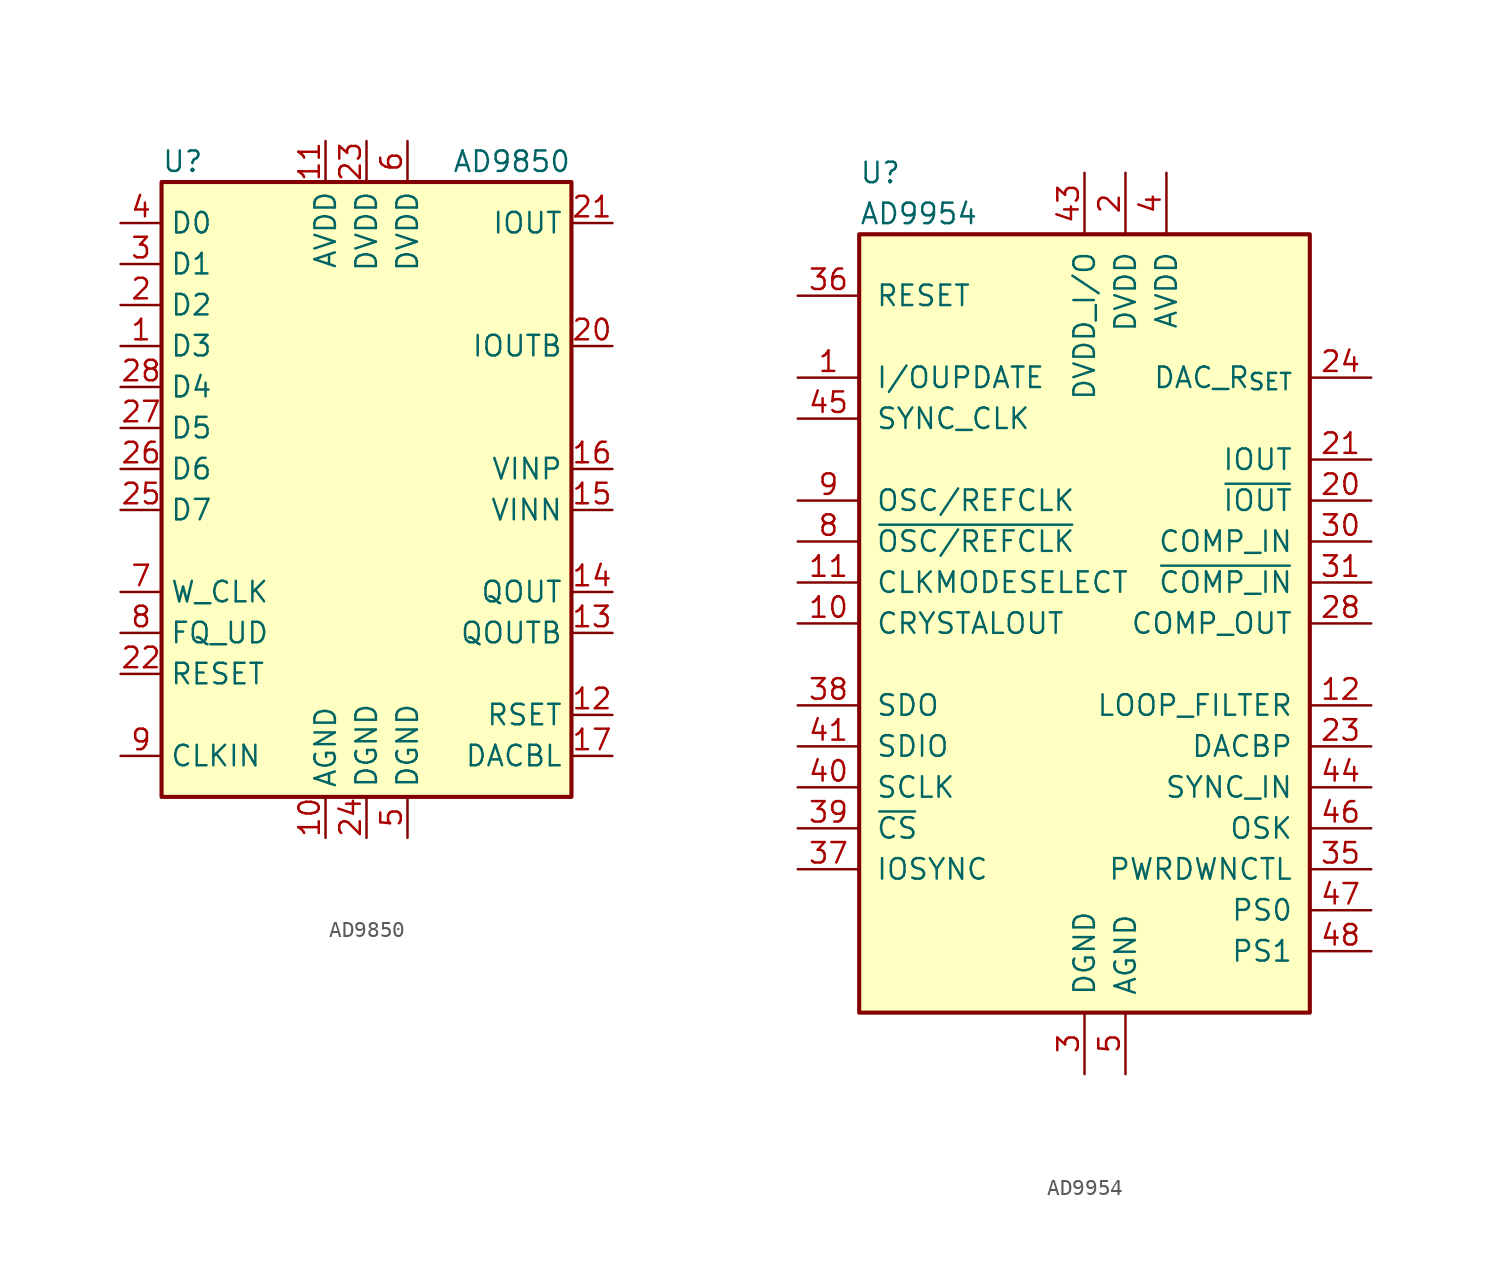
<source format=kicad_sym>
(kicad_symbol_lib
  (version 20241209)
  (generator "kicad_symbol_editor")
  (generator_version "9.0")
  (symbol "AD9850"
    (property "Reference" "U"
      (at -12.7 19.05 0)
      (effects (font (size 1.27 1.27)) (justify left)))
    (property "Value" "AD9850"
      (at 12.7 19.05 0)
      (effects (font (size 1.27 1.27)) (justify right)))
    (symbol "AD9850_0_1"
      (rectangle (start -12.7 17.78) (end 12.7 -20.32) (stroke (width 0.254) (type default)) (fill (type background))))
    (symbol "AD9850_1_1"
      (pin input line (at -15.24 15.24 0) (length 2.54) (name "D0" (effects (font (size 1.27 1.27)))) (number "4" (effects (font (size 1.27 1.27)))))
      (pin input line (at -15.24 12.7 0) (length 2.54) (name "D1" (effects (font (size 1.27 1.27)))) (number "3" (effects (font (size 1.27 1.27)))))
      (pin input line (at -15.24 10.16 0) (length 2.54) (name "D2" (effects (font (size 1.27 1.27)))) (number "2" (effects (font (size 1.27 1.27)))))
      (pin input line (at -15.24 7.62 0) (length 2.54) (name "D3" (effects (font (size 1.27 1.27)))) (number "1" (effects (font (size 1.27 1.27)))))
      (pin input line (at -15.24 5.08 0) (length 2.54) (name "D4" (effects (font (size 1.27 1.27)))) (number "28" (effects (font (size 1.27 1.27)))))
      (pin input line (at -15.24 2.54 0) (length 2.54) (name "D5" (effects (font (size 1.27 1.27)))) (number "27" (effects (font (size 1.27 1.27)))))
      (pin input line (at -15.24 0 0) (length 2.54) (name "D6" (effects (font (size 1.27 1.27)))) (number "26" (effects (font (size 1.27 1.27)))))
      (pin input line (at -15.24 -2.54 0) (length 2.54) (name "D7" (effects (font (size 1.27 1.27)))) (number "25" (effects (font (size 1.27 1.27)))))
      (pin input line (at -15.24 -7.62 0) (length 2.54) (name "W_CLK" (effects (font (size 1.27 1.27)))) (number "7" (effects (font (size 1.27 1.27)))))
      (pin input line (at -15.24 -10.16 0) (length 2.54) (name "FQ_UD" (effects (font (size 1.27 1.27)))) (number "8" (effects (font (size 1.27 1.27)))))
      (pin input line (at -15.24 -12.7 0) (length 2.54) (name "RESET" (effects (font (size 1.27 1.27)))) (number "22" (effects (font (size 1.27 1.27)))))
      (pin input line (at -15.24 -17.78 0) (length 2.54) (name "CLKIN" (effects (font (size 1.27 1.27)))) (number "9" (effects (font (size 1.27 1.27)))))
      (pin power_in line (at -2.54 20.32 270) (length 2.54) (name "AVDD" (effects (font (size 1.27 1.27)))) (number "11" (effects (font (size 1.27 1.27)))))
      (pin passive line (at -2.54 20.32 270) (length 2.54) (hide yes) (name "AVDD" (effects (font (size 1.27 1.27)))) (number "18" (effects (font (size 1.27 1.27)))))
      (pin power_in line (at -2.54 -22.86 90) (length 2.54) (name "AGND" (effects (font (size 1.27 1.27)))) (number "10" (effects (font (size 1.27 1.27)))))
      (pin passive line (at -2.54 -22.86 90) (length 2.54) (hide yes) (name "AGND" (effects (font (size 1.27 1.27)))) (number "19" (effects (font (size 1.27 1.27)))))
      (pin power_in line (at 0 20.32 270) (length 2.54) (name "DVDD" (effects (font (size 1.27 1.27)))) (number "23" (effects (font (size 1.27 1.27)))))
      (pin power_in line (at 0 -22.86 90) (length 2.54) (name "DGND" (effects (font (size 1.27 1.27)))) (number "24" (effects (font (size 1.27 1.27)))))
      (pin power_in line (at 2.54 20.32 270) (length 2.54) (name "DVDD" (effects (font (size 1.27 1.27)))) (number "6" (effects (font (size 1.27 1.27)))))
      (pin power_in line (at 2.54 -22.86 90) (length 2.54) (name "DGND" (effects (font (size 1.27 1.27)))) (number "5" (effects (font (size 1.27 1.27)))))
      (pin output line (at 15.24 15.24 180) (length 2.54) (name "IOUT" (effects (font (size 1.27 1.27)))) (number "21" (effects (font (size 1.27 1.27)))))
      (pin output line (at 15.24 7.62 180) (length 2.54) (name "IOUTB" (effects (font (size 1.27 1.27)))) (number "20" (effects (font (size 1.27 1.27)))))
      (pin input line (at 15.24 0 180) (length 2.54) (name "VINP" (effects (font (size 1.27 1.27)))) (number "16" (effects (font (size 1.27 1.27)))))
      (pin input line (at 15.24 -2.54 180) (length 2.54) (name "VINN" (effects (font (size 1.27 1.27)))) (number "15" (effects (font (size 1.27 1.27)))))
      (pin output line (at 15.24 -7.62 180) (length 2.54) (name "QOUT" (effects (font (size 1.27 1.27)))) (number "14" (effects (font (size 1.27 1.27)))))
      (pin output line (at 15.24 -10.16 180) (length 2.54) (name "QOUTB" (effects (font (size 1.27 1.27)))) (number "13" (effects (font (size 1.27 1.27)))))
      (pin passive line (at 15.24 -15.24 180) (length 2.54) (name "RSET" (effects (font (size 1.27 1.27)))) (number "12" (effects (font (size 1.27 1.27)))))
      (pin passive line (at 15.24 -17.78 180) (length 2.54) (name "DACBL" (effects (font (size 1.27 1.27)))) (number "17" (effects (font (size 1.27 1.27)))))))
  (symbol "AD9954"
    (pin_names
      (offset 1.016))
    (property "Reference" "U"
      (at -13.97 27.94 0)
      (effects (font (size 1.27 1.27)) (justify left)))
    (property "Value" "AD9954"
      (at -13.97 25.4 0)
      (effects (font (size 1.27 1.27)) (justify left)))
    (symbol "AD9954_0_1"
      (rectangle (start -13.97 24.13) (end 13.97 -24.13) (stroke (width 0.254) (type default)) (fill (type background))))
    (symbol "AD9954_1_1"
      (pin input line (at -17.78 20.32 0) (length 3.81) (name "RESET" (effects (font (size 1.27 1.27)))) (number "36" (effects (font (size 1.27 1.27)))))
      (pin bidirectional line (at -17.78 15.24 0) (length 3.81) (name "I/OUPDATE" (effects (font (size 1.27 1.27)))) (number "1" (effects (font (size 1.27 1.27)))))
      (pin output line (at -17.78 12.7 0) (length 3.81) (name "SYNC_CLK" (effects (font (size 1.27 1.27)))) (number "45" (effects (font (size 1.27 1.27)))))
      (pin input line (at -17.78 7.62 0) (length 3.81) (name "OSC/REFCLK" (effects (font (size 1.27 1.27)))) (number "9" (effects (font (size 1.27 1.27)))))
      (pin input line (at -17.78 5.08 0) (length 3.81) (name "~{OSC/REFCLK}" (effects (font (size 1.27 1.27)))) (number "8" (effects (font (size 1.27 1.27)))))
      (pin input line (at -17.78 2.54 0) (length 3.81) (name "CLKMODESELECT" (effects (font (size 1.27 1.27)))) (number "11" (effects (font (size 1.27 1.27)))))
      (pin output line (at -17.78 0 0) (length 3.81) (name "CRYSTALOUT" (effects (font (size 1.27 1.27)))) (number "10" (effects (font (size 1.27 1.27)))))
      (pin output line (at -17.78 -5.08 0) (length 3.81) (name "SDO" (effects (font (size 1.27 1.27)))) (number "38" (effects (font (size 1.27 1.27)))))
      (pin bidirectional line (at -17.78 -7.62 0) (length 3.81) (name "SDIO" (effects (font (size 1.27 1.27)))) (number "41" (effects (font (size 1.27 1.27)))))
      (pin input line (at -17.78 -10.16 0) (length 3.81) (name "SCLK" (effects (font (size 1.27 1.27)))) (number "40" (effects (font (size 1.27 1.27)))))
      (pin input line (at -17.78 -12.7 0) (length 3.81) (name "~{CS}" (effects (font (size 1.27 1.27)))) (number "39" (effects (font (size 1.27 1.27)))))
      (pin input line (at -17.78 -15.24 0) (length 3.81) (name "IOSYNC" (effects (font (size 1.27 1.27)))) (number "37" (effects (font (size 1.27 1.27)))))
      (pin power_in line (at 0 27.94 270) (length 3.81) (name "DVDD_I/O" (effects (font (size 1.27 1.27)))) (number "43" (effects (font (size 1.27 1.27)))))
      (pin power_in line (at 0 -27.94 90) (length 3.81) (name "DGND" (effects (font (size 1.27 1.27)))) (number "3" (effects (font (size 1.27 1.27)))))
      (pin passive line (at 0 -27.94 90) (length 3.81) (hide yes) (name "DGND" (effects (font (size 1.27 1.27)))) (number "33" (effects (font (size 1.27 1.27)))))
      (pin passive line (at 0 -27.94 90) (length 3.81) (hide yes) (name "DGND" (effects (font (size 1.27 1.27)))) (number "42" (effects (font (size 1.27 1.27)))))
      (pin power_in line (at 2.54 27.94 270) (length 3.81) (name "DVDD" (effects (font (size 1.27 1.27)))) (number "2" (effects (font (size 1.27 1.27)))))
      (pin passive line (at 2.54 27.94 270) (length 3.81) (hide yes) (name "DVDD" (effects (font (size 1.27 1.27)))) (number "34" (effects (font (size 1.27 1.27)))))
      (pin passive line (at 2.54 -27.94 90) (length 3.81) (hide yes) (name "AGND" (effects (font (size 1.27 1.27)))) (number "14" (effects (font (size 1.27 1.27)))))
      (pin passive line (at 2.54 -27.94 90) (length 3.81) (hide yes) (name "AGND" (effects (font (size 1.27 1.27)))) (number "15" (effects (font (size 1.27 1.27)))))
      (pin passive line (at 2.54 -27.94 90) (length 3.81) (hide yes) (name "AGND" (effects (font (size 1.27 1.27)))) (number "17" (effects (font (size 1.27 1.27)))))
      (pin passive line (at 2.54 -27.94 90) (length 3.81) (hide yes) (name "AGND" (effects (font (size 1.27 1.27)))) (number "22" (effects (font (size 1.27 1.27)))))
      (pin passive line (at 2.54 -27.94 90) (length 3.81) (hide yes) (name "AGND" (effects (font (size 1.27 1.27)))) (number "26" (effects (font (size 1.27 1.27)))))
      (pin passive line (at 2.54 -27.94 90) (length 3.81) (hide yes) (name "AGND" (effects (font (size 1.27 1.27)))) (number "32" (effects (font (size 1.27 1.27)))))
      (pin passive line (at 2.54 -27.94 90) (length 3.81) (hide yes) (name "AGND" (effects (font (size 1.27 1.27)))) (number "49" (effects (font (size 1.27 1.27)))))
      (pin power_in line (at 2.54 -27.94 90) (length 3.81) (name "AGND" (effects (font (size 1.27 1.27)))) (number "5" (effects (font (size 1.27 1.27)))))
      (pin passive line (at 2.54 -27.94 90) (length 3.81) (hide yes) (name "AGND" (effects (font (size 1.27 1.27)))) (number "7" (effects (font (size 1.27 1.27)))))
      (pin passive line (at 5.08 27.94 270) (length 3.81) (hide yes) (name "AVDD" (effects (font (size 1.27 1.27)))) (number "13" (effects (font (size 1.27 1.27)))))
      (pin passive line (at 5.08 27.94 270) (length 3.81) (hide yes) (name "AVDD" (effects (font (size 1.27 1.27)))) (number "16" (effects (font (size 1.27 1.27)))))
      (pin passive line (at 5.08 27.94 270) (length 3.81) (hide yes) (name "AVDD" (effects (font (size 1.27 1.27)))) (number "18" (effects (font (size 1.27 1.27)))))
      (pin passive line (at 5.08 27.94 270) (length 3.81) (hide yes) (name "AVDD" (effects (font (size 1.27 1.27)))) (number "19" (effects (font (size 1.27 1.27)))))
      (pin passive line (at 5.08 27.94 270) (length 3.81) (hide yes) (name "AVDD" (effects (font (size 1.27 1.27)))) (number "25" (effects (font (size 1.27 1.27)))))
      (pin passive line (at 5.08 27.94 270) (length 3.81) (hide yes) (name "AVDD" (effects (font (size 1.27 1.27)))) (number "27" (effects (font (size 1.27 1.27)))))
      (pin passive line (at 5.08 27.94 270) (length 3.81) (hide yes) (name "AVDD" (effects (font (size 1.27 1.27)))) (number "29" (effects (font (size 1.27 1.27)))))
      (pin power_in line (at 5.08 27.94 270) (length 3.81) (name "AVDD" (effects (font (size 1.27 1.27)))) (number "4" (effects (font (size 1.27 1.27)))))
      (pin passive line (at 5.08 27.94 270) (length 3.81) (hide yes) (name "AVDD" (effects (font (size 1.27 1.27)))) (number "6" (effects (font (size 1.27 1.27)))))
      (pin input line (at 17.78 15.24 180) (length 3.81) (name "DAC_R_{SET}" (effects (font (size 1.27 1.27)))) (number "24" (effects (font (size 1.27 1.27)))))
      (pin output line (at 17.78 10.16 180) (length 3.81) (name "IOUT" (effects (font (size 1.27 1.27)))) (number "21" (effects (font (size 1.27 1.27)))))
      (pin output line (at 17.78 7.62 180) (length 3.81) (name "~{IOUT}" (effects (font (size 1.27 1.27)))) (number "20" (effects (font (size 1.27 1.27)))))
      (pin input line (at 17.78 5.08 180) (length 3.81) (name "COMP_IN" (effects (font (size 1.27 1.27)))) (number "30" (effects (font (size 1.27 1.27)))))
      (pin input line (at 17.78 2.54 180) (length 3.81) (name "~{COMP_IN}" (effects (font (size 1.27 1.27)))) (number "31" (effects (font (size 1.27 1.27)))))
      (pin output line (at 17.78 0 180) (length 3.81) (name "COMP_OUT" (effects (font (size 1.27 1.27)))) (number "28" (effects (font (size 1.27 1.27)))))
      (pin input line (at 17.78 -5.08 180) (length 3.81) (name "LOOP_FILTER" (effects (font (size 1.27 1.27)))) (number "12" (effects (font (size 1.27 1.27)))))
      (pin input line (at 17.78 -7.62 180) (length 3.81) (name "DACBP" (effects (font (size 1.27 1.27)))) (number "23" (effects (font (size 1.27 1.27)))))
      (pin power_in line (at 17.78 -10.16 180) (length 3.81) (name "SYNC_IN" (effects (font (size 1.27 1.27)))) (number "44" (effects (font (size 1.27 1.27)))))
      (pin input line (at 17.78 -12.7 180) (length 3.81) (name "OSK" (effects (font (size 1.27 1.27)))) (number "46" (effects (font (size 1.27 1.27)))))
      (pin input line (at 17.78 -15.24 180) (length 3.81) (name "PWRDWNCTL" (effects (font (size 1.27 1.27)))) (number "35" (effects (font (size 1.27 1.27)))))
      (pin input line (at 17.78 -17.78 180) (length 3.81) (name "PS0" (effects (font (size 1.27 1.27)))) (number "47" (effects (font (size 1.27 1.27)))))
      (pin input line (at 17.78 -20.32 180) (length 3.81) (name "PS1" (effects (font (size 1.27 1.27)))) (number "48" (effects (font (size 1.27 1.27))))))))
</source>
